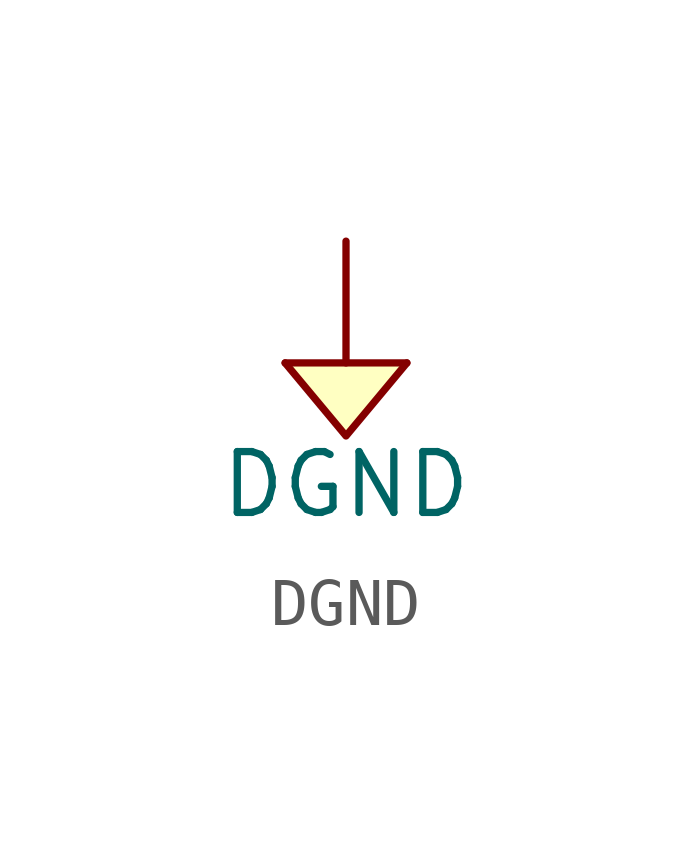
<source format=kicad_sym>
(kicad_symbol_lib
  (version 20231120)
  (generator "kicad_symbol_editor")
  (generator_version "8.0")
  (symbol "DGND"
    (power)
    (pin_numbers hide)
    (pin_names
      (offset 0) hide)
    (property "Reference" "#PWR"
      (at 0 -4.318 0)
      (effects (font (size 1.27 1.27)) (hide yes)))
    (property "Value" "DGND"
      (at 0 -2.54 0)
      (effects (font (size 1.27 1.27))))
    (property "Footprint" ""
      (at 0 2.54 0)
      (effects (font (size 1.524 1.524))))
    (property "Datasheet" ""
      (at -0.508 -2.286 0)
      (effects (font (size 1.524 1.524))))
    (symbol "DGND_0_1"
      (polyline (pts (xy 0 0) (xy 1.27 0)) (stroke (width 0) (type default)) (fill (type none)))
      (polyline (pts (xy -1.27 0) (xy 0 -1.524) (xy 1.27 0)) (stroke (width 0) (type default)) (fill (type background)))
      (polyline (pts (xy 0 2.54) (xy 0 0) (xy -1.27 0)) (stroke (width 0) (type default)) (fill (type none))))
    (symbol "DGND_1_1"
      (pin power_in line (at 0 2.54 90) (length 0) hide (name "DGND" (effects (font (size 1.27 1.27)))) (number "1" (effects (font (size 1.27 1.27))))))))
</source>
